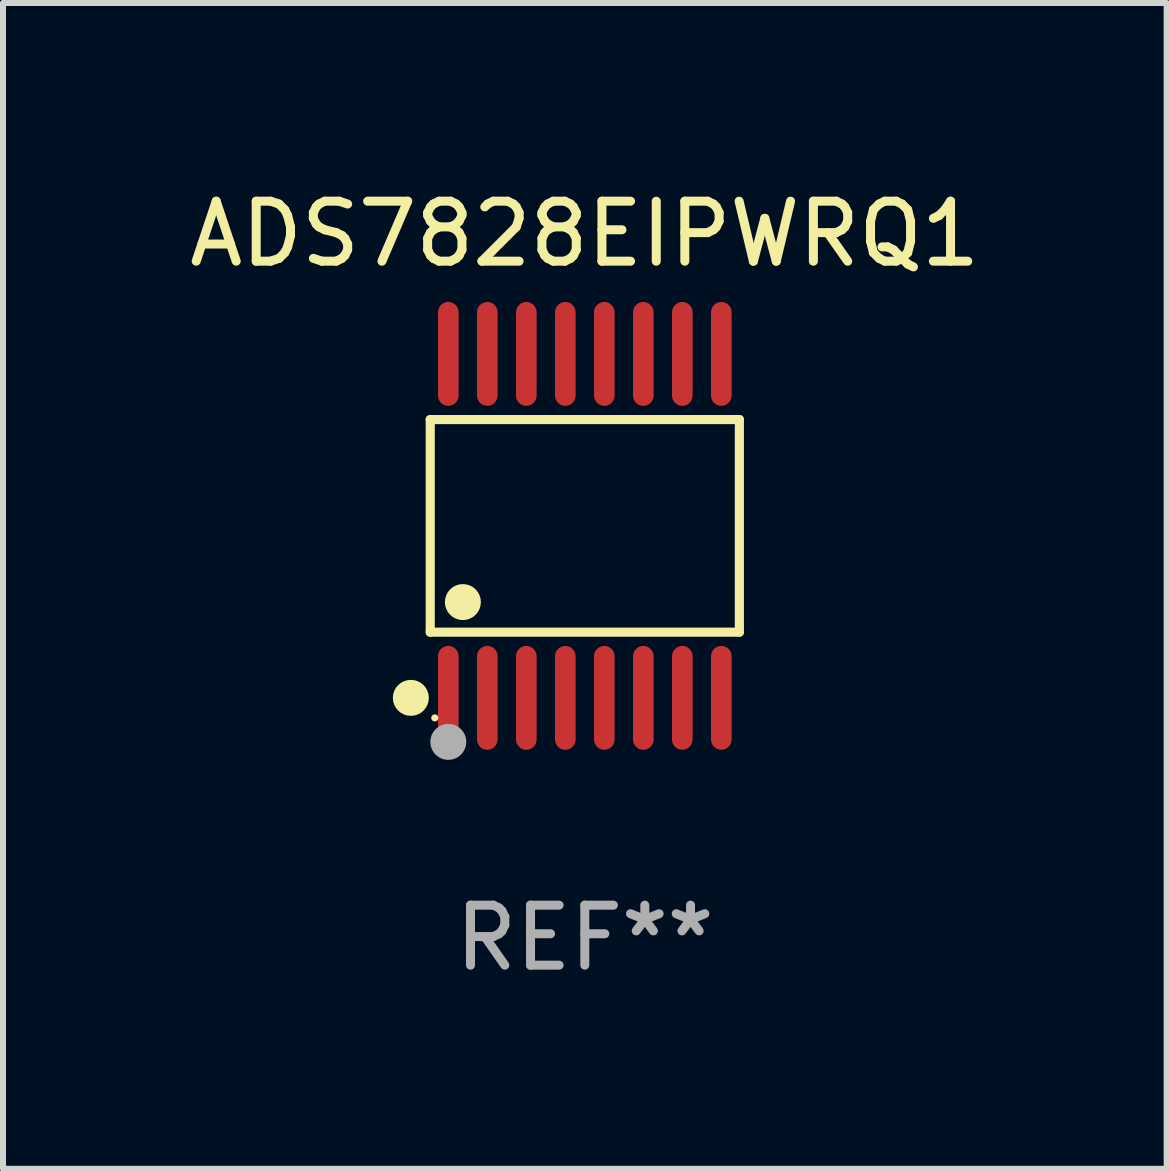
<source format=kicad_pcb>
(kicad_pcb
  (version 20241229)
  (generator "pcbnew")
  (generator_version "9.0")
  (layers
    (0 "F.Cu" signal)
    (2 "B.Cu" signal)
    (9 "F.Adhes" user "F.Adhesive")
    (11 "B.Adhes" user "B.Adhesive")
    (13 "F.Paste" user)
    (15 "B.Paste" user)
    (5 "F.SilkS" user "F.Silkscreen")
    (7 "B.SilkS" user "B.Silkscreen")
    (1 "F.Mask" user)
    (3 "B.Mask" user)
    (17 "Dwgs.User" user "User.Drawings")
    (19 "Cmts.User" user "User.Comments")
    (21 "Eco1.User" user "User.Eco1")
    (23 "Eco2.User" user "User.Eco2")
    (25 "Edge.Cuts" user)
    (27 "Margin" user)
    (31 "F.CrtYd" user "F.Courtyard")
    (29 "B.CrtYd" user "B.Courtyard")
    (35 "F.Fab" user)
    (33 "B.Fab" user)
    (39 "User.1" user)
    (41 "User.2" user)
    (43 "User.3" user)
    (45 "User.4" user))
  (footprint "ADS7828EIPWRQ1"
    (layer "F.Cu")
    (at 6.696 5.714)
    (property "Reference" "ADS7828EIPWRQ1" (at 0 -4.866 0) (layer "F.SilkS") (effects (font (size 1 1) (thickness 0.15))))
    (attr through_hole)
    (fp_line (start -2.576 -1.772) (end 2.576 -1.772) (stroke (width 0.152) (type solid)) (layer "F.SilkS"))
    (fp_line (start -2.576 1.771) (end -2.576 -1.772) (stroke (width 0.152) (type solid)) (layer "F.SilkS"))
    (fp_line (start 2.576 -1.772) (end 2.576 1.771) (stroke (width 0.152) (type solid)) (layer "F.SilkS"))
    (fp_line (start 2.576 1.771) (end -2.576 1.771) (stroke (width 0.152) (type solid)) (layer "F.SilkS"))
    (fp_circle (center -2.899 2.866) (end -2.749 2.866) (stroke (width 0.3) (type solid)) (fill no) (layer "F.SilkS"))
    (fp_circle (center -2.5 3.2) (end -2.47 3.2) (stroke (width 0.06) (type solid)) (fill no) (layer "F.SilkS"))
    (fp_circle (center -2.032 1.27) (end -1.882 1.27) (stroke (width 0.3) (type solid)) (fill no) (layer "F.SilkS"))
    (fp_circle (center -2.275 3.6) (end -2.125 3.6) (stroke (width 0.3) (type solid)) (fill no) (layer "F.Fab"))
    (fp_text user "REF**" (at 0 6.866 0) (layer "F.Fab") (effects (font (size 1 1) (thickness 0.15))))
    (pad "1" smd oval (at -2.275 2.866) (size 0.343 1.731) (layers "F.Cu" "F.Mask" "F.Paste"))
    (pad "2" smd oval (at -1.625 2.866) (size 0.343 1.731) (layers "F.Cu" "F.Mask" "F.Paste"))
    (pad "3" smd oval (at -0.975 2.866) (size 0.343 1.731) (layers "F.Cu" "F.Mask" "F.Paste"))
    (pad "4" smd oval (at -0.325 2.866) (size 0.343 1.731) (layers "F.Cu" "F.Mask" "F.Paste"))
    (pad "5" smd oval (at 0.325 2.866) (size 0.343 1.731) (layers "F.Cu" "F.Mask" "F.Paste"))
    (pad "6" smd oval (at 0.975 2.866) (size 0.343 1.731) (layers "F.Cu" "F.Mask" "F.Paste"))
    (pad "7" smd oval (at 1.625 2.866) (size 0.343 1.731) (layers "F.Cu" "F.Mask" "F.Paste"))
    (pad "8" smd oval (at 2.275 2.866) (size 0.343 1.731) (layers "F.Cu" "F.Mask" "F.Paste"))
    (pad "9" smd oval (at 2.275 -2.866) (size 0.343 1.731) (layers "F.Cu" "F.Mask" "F.Paste"))
    (pad "10" smd oval (at 1.625 -2.866) (size 0.343 1.731) (layers "F.Cu" "F.Mask" "F.Paste"))
    (pad "11" smd oval (at 0.975 -2.866) (size 0.343 1.731) (layers "F.Cu" "F.Mask" "F.Paste"))
    (pad "12" smd oval (at 0.325 -2.866) (size 0.343 1.731) (layers "F.Cu" "F.Mask" "F.Paste"))
    (pad "13" smd oval (at -0.325 -2.866) (size 0.343 1.731) (layers "F.Cu" "F.Mask" "F.Paste"))
    (pad "14" smd oval (at -0.975 -2.866) (size 0.343 1.731) (layers "F.Cu" "F.Mask" "F.Paste"))
    (pad "15" smd oval (at -1.625 -2.866) (size 0.343 1.731) (layers "F.Cu" "F.Mask" "F.Paste"))
    (pad "16" smd oval (at -2.275 -2.866) (size 0.343 1.731) (layers "F.Cu" "F.Mask" "F.Paste")))
  (gr_rect
    (start -3 -3)
    (end 16.393 16.428)
    (stroke (width 0.1) (type default))
    (fill no)
    (layer "Edge.Cuts")))
</source>
